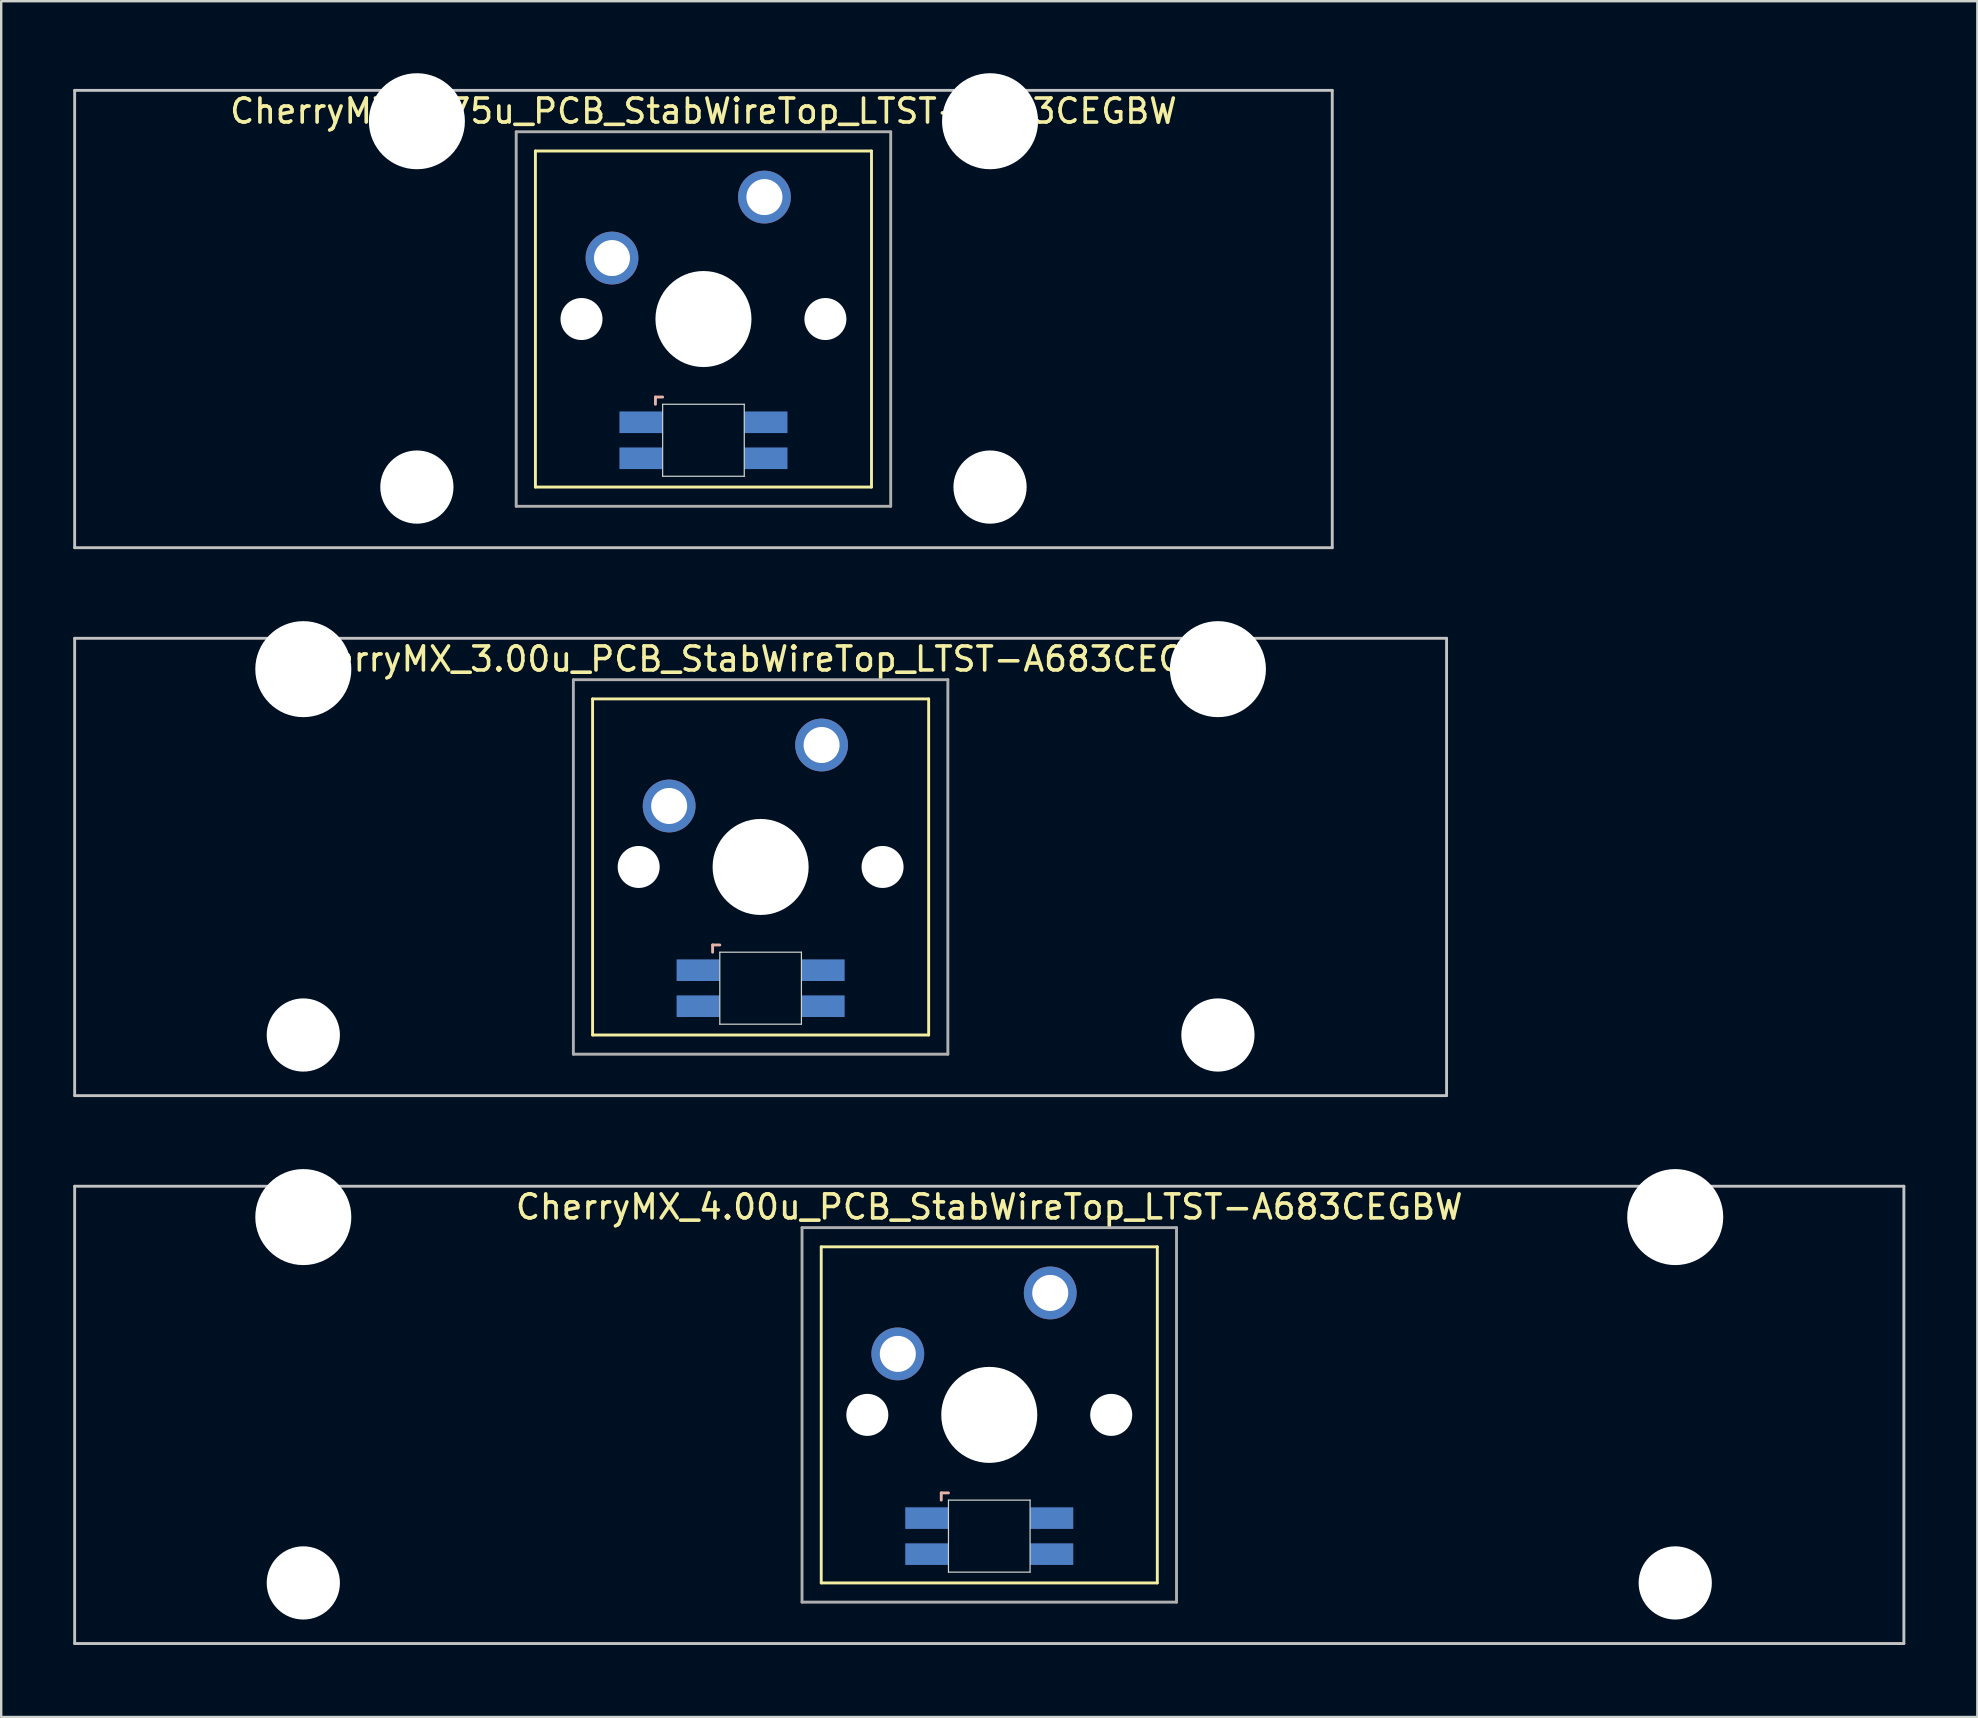
<source format=kicad_pcb>
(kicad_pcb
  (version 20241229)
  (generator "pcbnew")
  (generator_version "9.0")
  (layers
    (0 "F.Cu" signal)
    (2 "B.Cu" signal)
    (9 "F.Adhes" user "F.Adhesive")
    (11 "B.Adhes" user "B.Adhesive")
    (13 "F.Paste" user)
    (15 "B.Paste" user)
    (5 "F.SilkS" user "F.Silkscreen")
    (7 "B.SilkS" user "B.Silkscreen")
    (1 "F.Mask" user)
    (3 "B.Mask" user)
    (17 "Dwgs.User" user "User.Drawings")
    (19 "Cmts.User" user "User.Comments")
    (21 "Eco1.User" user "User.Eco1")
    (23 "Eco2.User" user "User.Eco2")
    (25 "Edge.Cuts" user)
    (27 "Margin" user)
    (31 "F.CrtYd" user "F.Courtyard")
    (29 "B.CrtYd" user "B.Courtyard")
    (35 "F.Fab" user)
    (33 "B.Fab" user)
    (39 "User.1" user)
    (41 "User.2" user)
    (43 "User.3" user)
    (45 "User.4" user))
  (footprint "CherryMX_3.00u_PCB_StabWireTop_LTST-A683CEGBW"
    (layer "F.Cu")
    (at 28.635 33.065)
    (property "Reference" "CherryMX_3.00u_PCB_StabWireTop_LTST-A683CEGBW" (at 0 -8.662 0) (layer "F.SilkS") (effects (font (size 1 1) (thickness 0.15))))
    (attr through_hole)
    (fp_line (start -7 -7) (end -7 7) (stroke (width 0.12) (type solid)) (layer "F.SilkS"))
    (fp_line (start -7 -7) (end 7 -7) (stroke (width 0.12) (type solid)) (layer "F.SilkS"))
    (fp_line (start 7 -7) (end 7 7) (stroke (width 0.12) (type solid)) (layer "F.SilkS"))
    (fp_line (start 7 7) (end -7 7) (stroke (width 0.12) (type solid)) (layer "F.SilkS"))
    (fp_line (start -2 3.25) (end -2 3.55) (stroke (width 0.12) (type solid)) (layer "B.SilkS"))
    (fp_line (start -1.7 3.25) (end -2 3.25) (stroke (width 0.12) (type solid)) (layer "B.SilkS"))
    (fp_line (start -28.575 -9.525) (end 28.575 -9.525) (stroke (width 0.12) (type solid)) (layer "Dwgs.User"))
    (fp_line (start -28.575 9.525) (end -28.575 -9.525) (stroke (width 0.12) (type solid)) (layer "Dwgs.User"))
    (fp_line (start 28.575 -9.525) (end 28.575 9.525) (stroke (width 0.12) (type solid)) (layer "Dwgs.User"))
    (fp_line (start 28.575 9.525) (end -28.575 9.525) (stroke (width 0.12) (type solid)) (layer "Dwgs.User"))
    (fp_line (start -1.7 3.55) (end 1.7 3.55) (stroke (width 0.05) (type solid)) (layer "Edge.Cuts"))
    (fp_line (start -1.7 6.55) (end -1.7 3.55) (stroke (width 0.05) (type solid)) (layer "Edge.Cuts"))
    (fp_line (start 1.7 3.55) (end 1.7 6.55) (stroke (width 0.05) (type solid)) (layer "Edge.Cuts"))
    (fp_line (start 1.7 6.55) (end -1.7 6.55) (stroke (width 0.05) (type solid)) (layer "Edge.Cuts"))
    (fp_line (start -7.8 -7.8) (end -7.8 7.8) (stroke (width 0.12) (type solid)) (layer "F.Fab"))
    (fp_line (start -7.8 -7.8) (end 7.8 -7.8) (stroke (width 0.12) (type solid)) (layer "F.Fab"))
    (fp_line (start -7.8 7.8) (end 7.8 7.8) (stroke (width 0.12) (type solid)) (layer "F.Fab"))
    (fp_line (start 7.8 -7.8) (end 7.8 7.8) (stroke (width 0.12) (type solid)) (layer "F.Fab"))
    (pad "" np_thru_hole circle (at -19.05 -8.24) (size 4 4) (drill 4) (layers "*.Cu" "*.Mask"))
    (pad "" np_thru_hole circle (at -19.05 7) (size 3.05 3.05) (drill 3.05) (layers "*.Cu" "*.Mask"))
    (pad "" np_thru_hole circle (at -5.08 0) (size 1.75 1.75) (drill 1.75) (layers "*.Cu" "*.Mask"))
    (pad "" np_thru_hole circle (at 0 0) (size 4 4) (drill 4) (layers "*.Cu" "*.Mask"))
    (pad "" np_thru_hole circle (at 5.08 0) (size 1.75 1.75) (drill 1.75) (layers "*.Cu" "*.Mask"))
    (pad "" np_thru_hole circle (at 19.05 -8.24) (size 4 4) (drill 4) (layers "*.Cu" "*.Mask"))
    (pad "" np_thru_hole circle (at 19.05 7) (size 3.05 3.05) (drill 3.05) (layers "*.Cu" "*.Mask"))
    (pad "1" thru_hole circle (at -3.81 -2.54) (size 2.2 2.2) (drill 1.5) (layers "*.Cu" "*.Mask"))
    (pad "2" thru_hole circle (at 2.54 -5.08) (size 2.2 2.2) (drill 1.5) (layers "*.Cu" "*.Mask"))
    (pad "3" smd rect (at -2.6 4.3) (size 1.8 0.9) (layers "B.Cu" "B.Mask" "B.Paste"))
    (pad "4" smd rect (at -2.6 5.8) (size 1.8 0.9) (layers "B.Cu" "B.Mask" "B.Paste"))
    (pad "5" smd rect (at 2.6 4.3) (size 1.8 0.9) (layers "B.Cu" "B.Mask" "B.Paste"))
    (pad "6" smd rect (at 2.6 5.8) (size 1.8 0.9) (layers "B.Cu" "B.Mask" "B.Paste")))
  (footprint "CherryMX_4.00u_PCB_StabWireTop_LTST-A683CEGBW"
    (layer "F.Cu")
    (at 38.16 55.89)
    (property "Reference" "CherryMX_4.00u_PCB_StabWireTop_LTST-A683CEGBW" (at 0 -8.662 0) (layer "F.SilkS") (effects (font (size 1 1) (thickness 0.15))))
    (attr through_hole)
    (fp_line (start -7 -7) (end -7 7) (stroke (width 0.12) (type solid)) (layer "F.SilkS"))
    (fp_line (start -7 -7) (end 7 -7) (stroke (width 0.12) (type solid)) (layer "F.SilkS"))
    (fp_line (start 7 -7) (end 7 7) (stroke (width 0.12) (type solid)) (layer "F.SilkS"))
    (fp_line (start 7 7) (end -7 7) (stroke (width 0.12) (type solid)) (layer "F.SilkS"))
    (fp_line (start -2 3.25) (end -2 3.55) (stroke (width 0.12) (type solid)) (layer "B.SilkS"))
    (fp_line (start -1.7 3.25) (end -2 3.25) (stroke (width 0.12) (type solid)) (layer "B.SilkS"))
    (fp_line (start -38.1 -9.525) (end 38.1 -9.525) (stroke (width 0.12) (type solid)) (layer "Dwgs.User"))
    (fp_line (start -38.1 9.525) (end -38.1 -9.525) (stroke (width 0.12) (type solid)) (layer "Dwgs.User"))
    (fp_line (start 38.1 -9.525) (end 38.1 9.525) (stroke (width 0.12) (type solid)) (layer "Dwgs.User"))
    (fp_line (start 38.1 9.525) (end -38.1 9.525) (stroke (width 0.12) (type solid)) (layer "Dwgs.User"))
    (fp_line (start -1.7 3.55) (end 1.7 3.55) (stroke (width 0.05) (type solid)) (layer "Edge.Cuts"))
    (fp_line (start -1.7 6.55) (end -1.7 3.55) (stroke (width 0.05) (type solid)) (layer "Edge.Cuts"))
    (fp_line (start 1.7 3.55) (end 1.7 6.55) (stroke (width 0.05) (type solid)) (layer "Edge.Cuts"))
    (fp_line (start 1.7 6.55) (end -1.7 6.55) (stroke (width 0.05) (type solid)) (layer "Edge.Cuts"))
    (fp_line (start -7.8 -7.8) (end -7.8 7.8) (stroke (width 0.12) (type solid)) (layer "F.Fab"))
    (fp_line (start -7.8 -7.8) (end 7.8 -7.8) (stroke (width 0.12) (type solid)) (layer "F.Fab"))
    (fp_line (start -7.8 7.8) (end 7.8 7.8) (stroke (width 0.12) (type solid)) (layer "F.Fab"))
    (fp_line (start 7.8 -7.8) (end 7.8 7.8) (stroke (width 0.12) (type solid)) (layer "F.Fab"))
    (pad "" np_thru_hole circle (at -28.575 -8.24) (size 4 4) (drill 4) (layers "*.Cu" "*.Mask"))
    (pad "" np_thru_hole circle (at -28.575 7) (size 3.05 3.05) (drill 3.05) (layers "*.Cu" "*.Mask"))
    (pad "" np_thru_hole circle (at -5.08 0) (size 1.75 1.75) (drill 1.75) (layers "*.Cu" "*.Mask"))
    (pad "" np_thru_hole circle (at 0 0) (size 4 4) (drill 4) (layers "*.Cu" "*.Mask"))
    (pad "" np_thru_hole circle (at 5.08 0) (size 1.75 1.75) (drill 1.75) (layers "*.Cu" "*.Mask"))
    (pad "" np_thru_hole circle (at 28.575 -8.24) (size 4 4) (drill 4) (layers "*.Cu" "*.Mask"))
    (pad "" np_thru_hole circle (at 28.575 7) (size 3.05 3.05) (drill 3.05) (layers "*.Cu" "*.Mask"))
    (pad "1" thru_hole circle (at -3.81 -2.54) (size 2.2 2.2) (drill 1.5) (layers "*.Cu" "*.Mask"))
    (pad "2" thru_hole circle (at 2.54 -5.08) (size 2.2 2.2) (drill 1.5) (layers "*.Cu" "*.Mask"))
    (pad "3" smd rect (at -2.6 4.3) (size 1.8 0.9) (layers "B.Cu" "B.Mask" "B.Paste"))
    (pad "4" smd rect (at -2.6 5.8) (size 1.8 0.9) (layers "B.Cu" "B.Mask" "B.Paste"))
    (pad "5" smd rect (at 2.6 4.3) (size 1.8 0.9) (layers "B.Cu" "B.Mask" "B.Paste"))
    (pad "6" smd rect (at 2.6 5.8) (size 1.8 0.9) (layers "B.Cu" "B.Mask" "B.Paste")))
  (footprint "CherryMX_2.75u_PCB_StabWireTop_LTST-A683CEGBW"
    (layer "F.Cu")
    (at 26.254 10.24)
    (property "Reference" "CherryMX_2.75u_PCB_StabWireTop_LTST-A683CEGBW" (at 0 -8.662 0) (layer "F.SilkS") (effects (font (size 1 1) (thickness 0.15))))
    (attr through_hole)
    (fp_line (start -7 -7) (end -7 7) (stroke (width 0.12) (type solid)) (layer "F.SilkS"))
    (fp_line (start -7 -7) (end 7 -7) (stroke (width 0.12) (type solid)) (layer "F.SilkS"))
    (fp_line (start 7 -7) (end 7 7) (stroke (width 0.12) (type solid)) (layer "F.SilkS"))
    (fp_line (start 7 7) (end -7 7) (stroke (width 0.12) (type solid)) (layer "F.SilkS"))
    (fp_line (start -2 3.25) (end -2 3.55) (stroke (width 0.12) (type solid)) (layer "B.SilkS"))
    (fp_line (start -1.7 3.25) (end -2 3.25) (stroke (width 0.12) (type solid)) (layer "B.SilkS"))
    (fp_line (start -26.194 -9.525) (end 26.194 -9.525) (stroke (width 0.12) (type solid)) (layer "Dwgs.User"))
    (fp_line (start -26.194 9.525) (end -26.194 -9.525) (stroke (width 0.12) (type solid)) (layer "Dwgs.User"))
    (fp_line (start 26.194 -9.525) (end 26.194 9.525) (stroke (width 0.12) (type solid)) (layer "Dwgs.User"))
    (fp_line (start 26.194 9.525) (end -26.194 9.525) (stroke (width 0.12) (type solid)) (layer "Dwgs.User"))
    (fp_line (start -1.7 3.55) (end 1.7 3.55) (stroke (width 0.05) (type solid)) (layer "Edge.Cuts"))
    (fp_line (start -1.7 6.55) (end -1.7 3.55) (stroke (width 0.05) (type solid)) (layer "Edge.Cuts"))
    (fp_line (start 1.7 3.55) (end 1.7 6.55) (stroke (width 0.05) (type solid)) (layer "Edge.Cuts"))
    (fp_line (start 1.7 6.55) (end -1.7 6.55) (stroke (width 0.05) (type solid)) (layer "Edge.Cuts"))
    (fp_line (start -7.8 -7.8) (end -7.8 7.8) (stroke (width 0.12) (type solid)) (layer "F.Fab"))
    (fp_line (start -7.8 -7.8) (end 7.8 -7.8) (stroke (width 0.12) (type solid)) (layer "F.Fab"))
    (fp_line (start -7.8 7.8) (end 7.8 7.8) (stroke (width 0.12) (type solid)) (layer "F.Fab"))
    (fp_line (start 7.8 -7.8) (end 7.8 7.8) (stroke (width 0.12) (type solid)) (layer "F.Fab"))
    (pad "" np_thru_hole circle (at -11.938 -8.24) (size 4 4) (drill 4) (layers "*.Cu" "*.Mask"))
    (pad "" np_thru_hole circle (at -11.938 7) (size 3.05 3.05) (drill 3.05) (layers "*.Cu" "*.Mask"))
    (pad "" np_thru_hole circle (at -5.08 0) (size 1.75 1.75) (drill 1.75) (layers "*.Cu" "*.Mask"))
    (pad "" np_thru_hole circle (at 0 0) (size 4 4) (drill 4) (layers "*.Cu" "*.Mask"))
    (pad "" np_thru_hole circle (at 5.08 0) (size 1.75 1.75) (drill 1.75) (layers "*.Cu" "*.Mask"))
    (pad "" np_thru_hole circle (at 11.938 -8.24) (size 4 4) (drill 4) (layers "*.Cu" "*.Mask"))
    (pad "" np_thru_hole circle (at 11.938 7) (size 3.05 3.05) (drill 3.05) (layers "*.Cu" "*.Mask"))
    (pad "1" thru_hole circle (at -3.81 -2.54) (size 2.2 2.2) (drill 1.5) (layers "*.Cu" "*.Mask"))
    (pad "2" thru_hole circle (at 2.54 -5.08) (size 2.2 2.2) (drill 1.5) (layers "*.Cu" "*.Mask"))
    (pad "3" smd rect (at -2.6 4.3) (size 1.8 0.9) (layers "B.Cu" "B.Mask" "B.Paste"))
    (pad "4" smd rect (at -2.6 5.8) (size 1.8 0.9) (layers "B.Cu" "B.Mask" "B.Paste"))
    (pad "5" smd rect (at 2.6 4.3) (size 1.8 0.9) (layers "B.Cu" "B.Mask" "B.Paste"))
    (pad "6" smd rect (at 2.6 5.8) (size 1.8 0.9) (layers "B.Cu" "B.Mask" "B.Paste")))
  (gr_rect
    (start -3 -3)
    (end 79.32 68.475)
    (stroke (width 0.1) (type default))
    (fill no)
    (layer "Edge.Cuts")))
</source>
